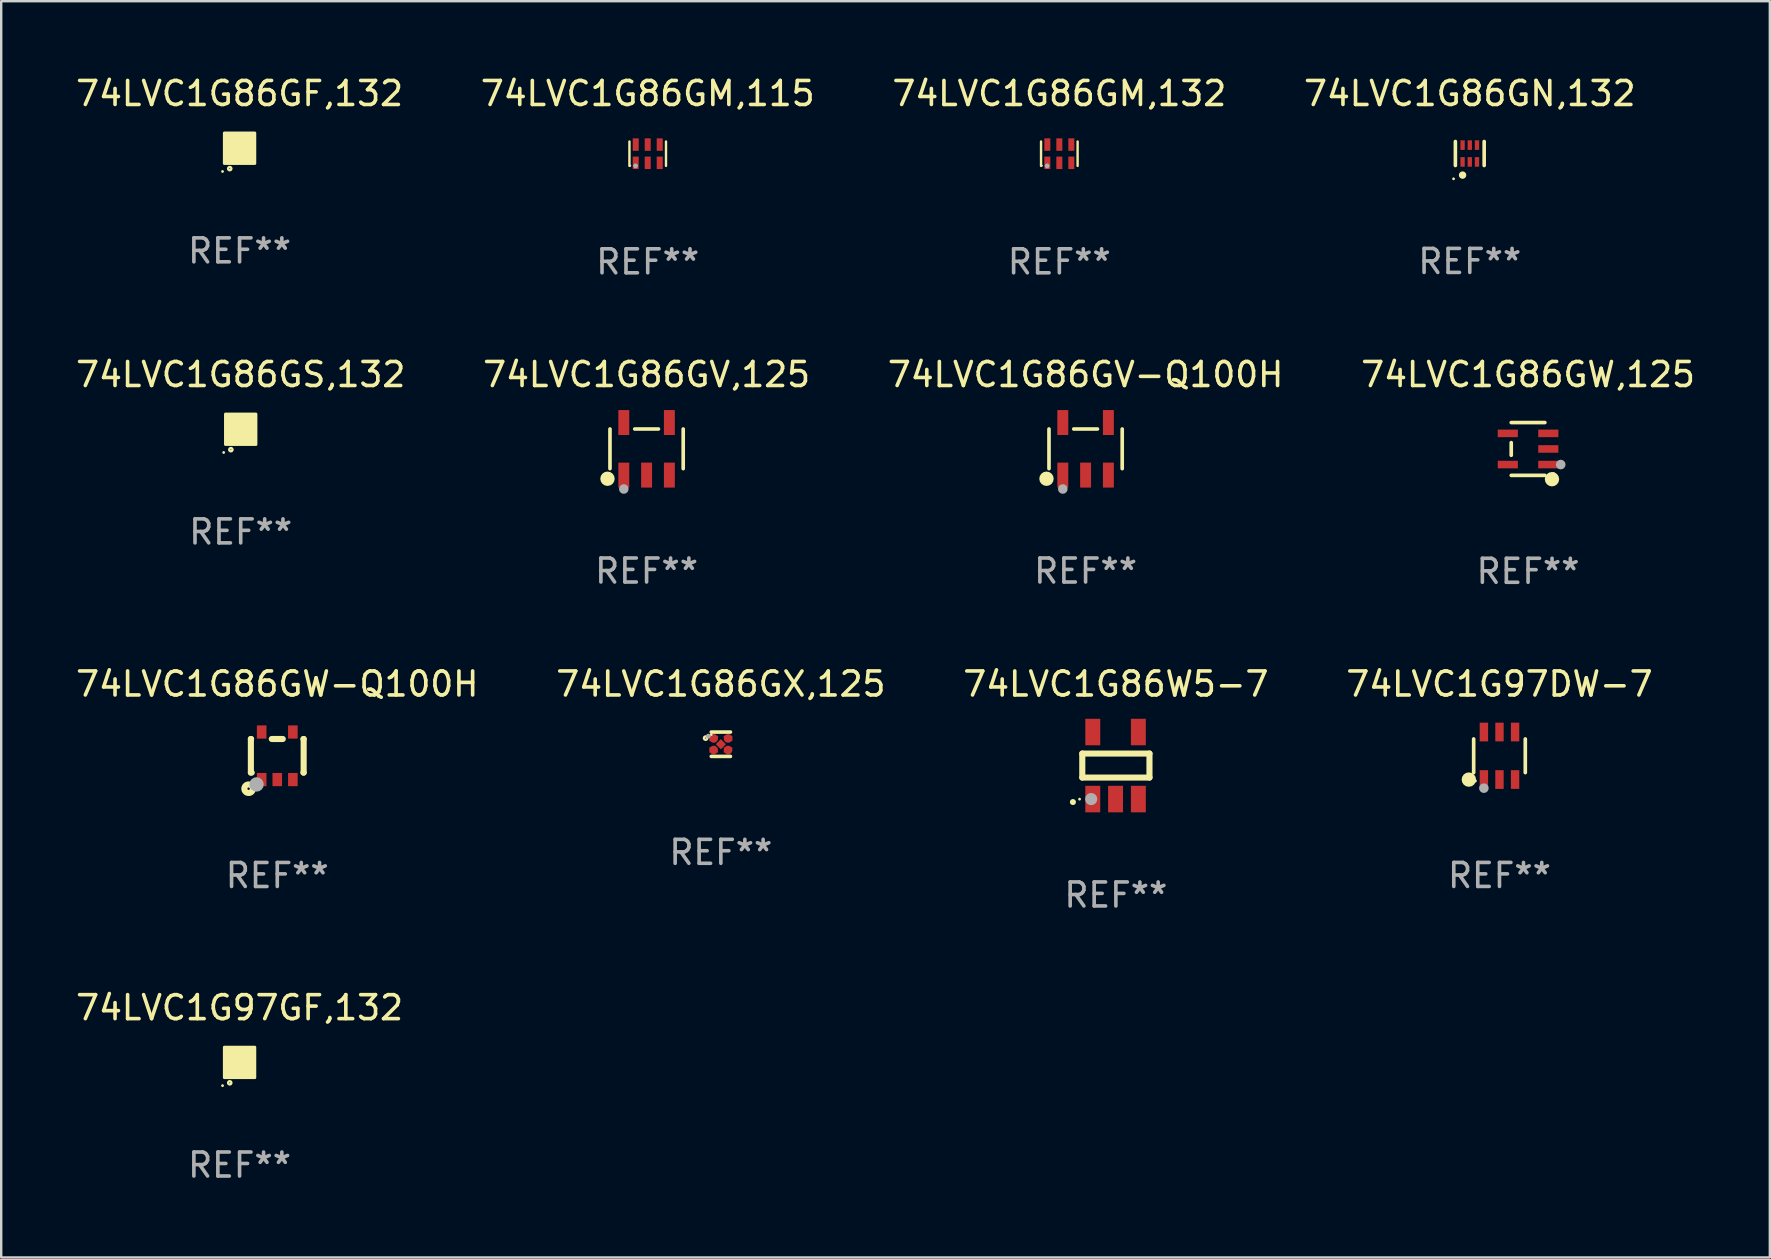
<source format=kicad_pcb>
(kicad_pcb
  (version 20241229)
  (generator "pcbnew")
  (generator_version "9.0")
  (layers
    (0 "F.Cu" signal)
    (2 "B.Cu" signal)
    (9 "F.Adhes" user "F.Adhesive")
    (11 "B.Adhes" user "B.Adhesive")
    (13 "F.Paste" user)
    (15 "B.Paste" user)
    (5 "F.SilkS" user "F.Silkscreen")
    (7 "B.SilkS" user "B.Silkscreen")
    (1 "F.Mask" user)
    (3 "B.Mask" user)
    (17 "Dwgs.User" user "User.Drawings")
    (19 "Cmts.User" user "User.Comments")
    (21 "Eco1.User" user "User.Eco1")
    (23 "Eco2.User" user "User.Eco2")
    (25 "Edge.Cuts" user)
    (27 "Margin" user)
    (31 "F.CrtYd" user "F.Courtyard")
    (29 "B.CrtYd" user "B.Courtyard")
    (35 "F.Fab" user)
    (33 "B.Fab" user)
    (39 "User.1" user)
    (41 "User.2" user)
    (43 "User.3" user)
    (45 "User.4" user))
  (footprint "74LVC1G86GX,125"
    (layer "F.Cu")
    (at 26.994 27.968)
    (property "Reference" "74LVC1G86GX,125" (at 0 -2.508 0) (layer "F.SilkS") (effects (font (size 1 1) (thickness 0.15))))
    (attr through_hole)
    (fp_line (start 0.4 -0.508) (end -0.4 -0.508) (stroke (width 0.15) (type solid)) (layer "F.SilkS"))
    (fp_line (start 0.4 0.508) (end -0.4 0.508) (stroke (width 0.15) (type solid)) (layer "F.SilkS"))
    (fp_circle (center -0.635 -0.254) (end -0.615 -0.254) (stroke (width 0.1) (type solid)) (fill no) (layer "F.SilkS"))
    (fp_circle (center -0.401 -0.4) (end -0.371 -0.4) (stroke (width 0.06) (type solid)) (fill no) (layer "F.SilkS"))
    (fp_circle (center -0.523 -0.337) (end -0.473 -0.337) (stroke (width 0.1) (type solid)) (fill no) (layer "F.Fab"))
    (fp_text user "REF**" (at 0 4.508 0) (layer "F.Fab") (effects (font (size 1 1) (thickness 0.15))))
    (pad "1" smd custom (at -0.3 -0.24) (size 0.36 0.22) (layers "F.Cu" "F.Mask" "F.Paste") (options (anchor circle)) (primitives (gr_poly (pts (xy -0.18 -0.11) (xy -0.18 0.11) (xy 0.000127 0.11) (xy 0.18 -0.03) (xy 0.18 -0.11) (xy -0.18 -0.11)) (width 0) (fill yes))))
    (pad "2" smd custom (at -0.3 0.24) (size 0.36 0.22) (layers "F.Cu" "F.Mask" "F.Paste") (options (anchor circle)) (primitives (gr_poly (pts (xy -0.18 0.11) (xy -0.18 -0.11) (xy 0.000127 -0.11) (xy 0.18 0.03) (xy 0.18 0.11) (xy -0.18 0.11)) (width 0) (fill yes))))
    (pad "3" smd rect (at 0.000102 -0.000127 45) (size 0.3 0.3) (layers "F.Cu" "F.Mask" "F.Paste"))
    (pad "4" smd custom (at 0.3 0.24 180) (size 0.36 0.22) (layers "F.Cu" "F.Mask" "F.Paste") (options (anchor circle)) (primitives (gr_poly (pts (xy 0.18 0.11) (xy 0.18 -0.11) (xy -0.000178 -0.11) (xy -0.18 0.03) (xy -0.18 0.11) (xy 0.18 0.11)) (width 0) (fill yes))))
    (pad "5" smd custom (at 0.3 -0.24) (size 0.36 0.22) (layers "F.Cu" "F.Mask" "F.Paste") (options (anchor circle)) (primitives (gr_poly (pts (xy 0.18 -0.11) (xy 0.18 0.11) (xy -0.000152 0.11) (xy -0.18 -0.03) (xy -0.18 -0.11) (xy 0.18 -0.11)) (width 0) (fill yes)))))
  (footprint "74LVC1G86GN,132"
    (layer "F.Cu")
    (at 58.208 3.348)
    (property "Reference" "74LVC1G86GN,132" (at 0 -2.5 0) (layer "F.SilkS") (effects (font (size 1 1) (thickness 0.15))))
    (attr through_hole)
    (fp_line (start -0.6 -0.5) (end -0.6 0.5) (stroke (width 0.15) (type solid)) (layer "F.SilkS"))
    (fp_line (start 0.6 0.5) (end 0.6 -0.5) (stroke (width 0.15) (type solid)) (layer "F.SilkS"))
    (fp_circle (center -0.675 1.055) (end -0.645 1.055) (stroke (width 0.06) (type solid)) (fill no) (layer "F.SilkS"))
    (fp_circle (center -0.3 0.9) (end -0.22 0.9) (stroke (width 0.15) (type solid)) (fill no) (layer "F.SilkS"))
    (fp_text user "REF**" (at 0 4.5 0) (layer "F.Fab") (effects (font (size 1 1) (thickness 0.15))))
    (pad "1" smd rect (at -0.3 0.35) (size 0.18 0.4) (layers "F.Cu" "F.Mask" "F.Paste"))
    (pad "2" smd rect (at 0.000025 0.35) (size 0.18 0.4) (layers "F.Cu" "F.Mask" "F.Paste"))
    (pad "3" smd rect (at 0.3 0.35) (size 0.18 0.4) (layers "F.Cu" "F.Mask" "F.Paste"))
    (pad "4" smd rect (at 0.3 -0.35) (size 0.18 0.4) (layers "F.Cu" "F.Mask" "F.Paste"))
    (pad "5" smd rect (at 0.000025 -0.35) (size 0.18 0.4) (layers "F.Cu" "F.Mask" "F.Paste"))
    (pad "6" smd rect (at -0.3 -0.35) (size 0.18 0.4) (layers "F.Cu" "F.Mask" "F.Paste")))
  (footprint "74LVC1G86GV-Q100H"
    (layer "F.Cu")
    (at 42.196 15.656)
    (property "Reference" "74LVC1G86GV-Q100H" (at 0 -3.095 0) (layer "F.SilkS") (effects (font (size 1 1) (thickness 0.15))))
    (attr through_hole)
    (fp_line (start -1.526 0.826) (end -1.526 -0.826) (stroke (width 0.152) (type solid)) (layer "F.SilkS"))
    (fp_line (start 0.494 -0.826) (end -0.494 -0.826) (stroke (width 0.152) (type solid)) (layer "F.SilkS"))
    (fp_line (start 1.526 0.826) (end 1.526 -0.826) (stroke (width 0.152) (type solid)) (layer "F.SilkS"))
    (fp_circle (center -1.63 1.247) (end -1.48 1.247) (stroke (width 0.3) (type solid)) (fill no) (layer "F.SilkS"))
    (fp_circle (center -1.45 1.375) (end -1.42 1.375) (stroke (width 0.06) (type solid)) (fill no) (layer "F.SilkS"))
    (fp_circle (center -0.95 1.675) (end -0.85 1.675) (stroke (width 0.2) (type solid)) (fill no) (layer "F.Fab"))
    (fp_text user "REF**" (at 0 5.095 0) (layer "F.Fab") (effects (font (size 1 1) (thickness 0.15))))
    (pad "1" smd rect (at -0.95 1.095) (size 0.455 1.04) (layers "F.Cu" "F.Mask" "F.Paste"))
    (pad "2" smd rect (at 0 1.095) (size 0.455 1.04) (layers "F.Cu" "F.Mask" "F.Paste"))
    (pad "3" smd rect (at 0.95 1.095) (size 0.455 1.04) (layers "F.Cu" "F.Mask" "F.Paste"))
    (pad "4" smd rect (at 0.95 -1.095) (size 0.455 1.04) (layers "F.Cu" "F.Mask" "F.Paste"))
    (pad "5" smd rect (at -0.95 -1.095) (size 0.455 1.04) (layers "F.Cu" "F.Mask" "F.Paste")))
  (footprint "74LVC1G86GS,132"
    (layer "F.Cu")
    (at 6.982 14.841)
    (property "Reference" "74LVC1G86GS,132" (at 0 -2.28 0) (layer "F.SilkS") (effects (font (size 1 1) (thickness 0.15))))
    (attr through_hole)
    (fp_circle (center -0.71 0.968) (end -0.68 0.968) (stroke (width 0.06) (type solid)) (fill no) (layer "F.SilkS"))
    (fp_circle (center -0.41 0.85) (end -0.342 0.85) (stroke (width 0.1) (type solid)) (fill no) (layer "F.SilkS"))
    (fp_poly (pts (xy -0.635 -0.635) (xy 0.635 -0.635) (xy 0.635 0.635) (xy -0.635 0.635)) (stroke (width 0.12) (type solid)) (fill yes) (layer "F.SilkS"))
    (fp_text user "REF**" (at 0 4.28 0) (layer "F.Fab") (effects (font (size 1 1) (thickness 0.15))))
    (pad "1" smd rect (at -0.35 0.28 90) (size 0.35 0.2) (layers "F.Cu" "F.Mask" "F.Paste"))
    (pad "2" smd rect (at 0 0.28 90) (size 0.35 0.2) (layers "F.Cu" "F.Mask" "F.Paste"))
    (pad "3" smd rect (at 0.35 0.28 90) (size 0.35 0.2) (layers "F.Cu" "F.Mask" "F.Paste"))
    (pad "4" smd rect (at 0.35 -0.28 90) (size 0.35 0.2) (layers "F.Cu" "F.Mask" "F.Paste"))
    (pad "5" smd rect (at 0 -0.28 90) (size 0.35 0.2) (layers "F.Cu" "F.Mask" "F.Paste"))
    (pad "6" smd rect (at -0.35 -0.28 90) (size 0.35 0.2) (layers "F.Cu" "F.Mask" "F.Paste")))
  (footprint "74LVC1G86GM,115"
    (layer "F.Cu")
    (at 23.946 3.356)
    (property "Reference" "74LVC1G86GM,115" (at 0 -2.508 0) (layer "F.SilkS") (effects (font (size 1 1) (thickness 0.15))))
    (attr through_hole)
    (fp_line (start -0.762 -0.508) (end -0.762 0.508) (stroke (width 0.1) (type solid)) (layer "F.SilkS"))
    (fp_line (start 0.762 -0.508) (end 0.762 0.508) (stroke (width 0.1) (type solid)) (layer "F.SilkS"))
    (fp_circle (center -0.725 0.5) (end -0.705 0.5) (stroke (width 0.04) (type solid)) (fill no) (layer "F.SilkS"))
    (fp_circle (center -0.508 0.508) (end -0.458 0.508) (stroke (width 0.1) (type solid)) (fill no) (layer "F.Fab"))
    (fp_text user "REF**" (at 0 4.508 0) (layer "F.Fab") (effects (font (size 1 1) (thickness 0.15))))
    (pad "1" smd rect (at -0.5 0.38) (size 0.25 0.52) (layers "F.Cu" "F.Mask" "F.Paste"))
    (pad "2" smd rect (at -0.000127 0.38) (size 0.25 0.52) (layers "F.Cu" "F.Mask" "F.Paste"))
    (pad "3" smd rect (at 0.5 0.38) (size 0.25 0.52) (layers "F.Cu" "F.Mask" "F.Paste"))
    (pad "4" smd rect (at 0.5 -0.38 180) (size 0.25 0.52) (layers "F.Cu" "F.Mask" "F.Paste"))
    (pad "5" smd rect (at -0.000127 -0.38 180) (size 0.25 0.52) (layers "F.Cu" "F.Mask" "F.Paste"))
    (pad "6" smd rect (at -0.5 -0.38 180) (size 0.25 0.52) (layers "F.Cu" "F.Mask" "F.Paste")))
  (footprint "74LVC1G97GF,132"
    (layer "F.Cu")
    (at 6.935 41.23)
    (property "Reference" "74LVC1G97GF,132" (at 0 -2.28 0) (layer "F.SilkS") (effects (font (size 1 1) (thickness 0.15))))
    (attr through_hole)
    (fp_circle (center -0.71 0.968) (end -0.68 0.968) (stroke (width 0.06) (type solid)) (fill no) (layer "F.SilkS"))
    (fp_circle (center -0.41 0.85) (end -0.342 0.85) (stroke (width 0.1) (type solid)) (fill no) (layer "F.SilkS"))
    (fp_poly (pts (xy -0.635 -0.635) (xy 0.635 -0.635) (xy 0.635 0.635) (xy -0.635 0.635)) (stroke (width 0.12) (type solid)) (fill yes) (layer "F.SilkS"))
    (fp_text user "REF**" (at 0 4.28 0) (layer "F.Fab") (effects (font (size 1 1) (thickness 0.15))))
    (pad "1" smd rect (at -0.35 0.28 90) (size 0.35 0.2) (layers "F.Cu" "F.Mask" "F.Paste"))
    (pad "2" smd rect (at 0 0.28 90) (size 0.35 0.2) (layers "F.Cu" "F.Mask" "F.Paste"))
    (pad "3" smd rect (at 0.35 0.28 90) (size 0.35 0.2) (layers "F.Cu" "F.Mask" "F.Paste"))
    (pad "4" smd rect (at 0.35 -0.28 90) (size 0.35 0.2) (layers "F.Cu" "F.Mask" "F.Paste"))
    (pad "5" smd rect (at 0 -0.28 90) (size 0.35 0.2) (layers "F.Cu" "F.Mask" "F.Paste"))
    (pad "6" smd rect (at -0.35 -0.28 90) (size 0.35 0.2) (layers "F.Cu" "F.Mask" "F.Paste")))
  (footprint "74LVC1G86GW,125"
    (layer "F.Cu")
    (at 60.637 15.662)
    (property "Reference" "74LVC1G86GW,125" (at 0 -3.101 0) (layer "F.SilkS") (effects (font (size 1 1) (thickness 0.15))))
    (attr through_hole)
    (fp_line (start -0.701 -0.264) (end -0.701 0.264) (stroke (width 0.152) (type solid)) (layer "F.SilkS"))
    (fp_line (start 0.701 -1.101) (end -0.701 -1.101) (stroke (width 0.152) (type solid)) (layer "F.SilkS"))
    (fp_line (start 0.701 1.101) (end -0.701 1.101) (stroke (width 0.152) (type solid)) (layer "F.SilkS"))
    (fp_circle (center 0.997 1.26) (end 1.147 1.26) (stroke (width 0.3) (type solid)) (fill no) (layer "F.SilkS"))
    (fp_circle (center 1.063 1.025) (end 1.093 1.025) (stroke (width 0.06) (type solid)) (fill no) (layer "F.SilkS"))
    (fp_circle (center 1.362 0.65) (end 1.463 0.65) (stroke (width 0.2) (type solid)) (fill no) (layer "F.Fab"))
    (fp_text user "REF**" (at 0 5.101 0) (layer "F.Fab") (effects (font (size 1 1) (thickness 0.15))))
    (pad "1" smd rect (at 0.844 0.65) (size 0.839 0.315) (layers "F.Cu" "F.Mask" "F.Paste"))
    (pad "2" smd rect (at 0.844 0) (size 0.839 0.315) (layers "F.Cu" "F.Mask" "F.Paste"))
    (pad "3" smd rect (at 0.844 -0.65) (size 0.839 0.315) (layers "F.Cu" "F.Mask" "F.Paste"))
    (pad "4" smd rect (at -0.844 -0.65) (size 0.839 0.315) (layers "F.Cu" "F.Mask" "F.Paste"))
    (pad "5" smd rect (at -0.844 0.65) (size 0.839 0.315) (layers "F.Cu" "F.Mask" "F.Paste")))
  (footprint "74LVC1G86GW-Q100H"
    (layer "F.Cu")
    (at 8.506 28.45)
    (property "Reference" "74LVC1G86GW-Q100H" (at 0 -2.991 0) (layer "F.SilkS") (effects (font (size 1 1) (thickness 0.15))))
    (attr through_hole)
    (fp_line (start -1.1 -0.7) (end -1.1 0.7) (stroke (width 0.254) (type solid)) (layer "F.SilkS"))
    (fp_line (start -1.1 -0.7) (end -1.09 -0.7) (stroke (width 0.254) (type solid)) (layer "F.SilkS"))
    (fp_line (start -1.1 0.7) (end -1.065 0.7) (stroke (width 0.254) (type solid)) (layer "F.SilkS"))
    (fp_line (start -0.23 -0.7) (end 0.23 -0.7) (stroke (width 0.254) (type solid)) (layer "F.SilkS"))
    (fp_line (start 1.09 -0.7) (end 1.1 -0.7) (stroke (width 0.254) (type solid)) (layer "F.SilkS"))
    (fp_line (start 1.09 0.7) (end 1.1 0.7) (stroke (width 0.254) (type solid)) (layer "F.SilkS"))
    (fp_line (start 1.1 -0.7) (end 1.1 0.7) (stroke (width 0.254) (type solid)) (layer "F.SilkS"))
    (fp_circle (center -1.194 1.372) (end -1.143 1.372) (stroke (width 0.254) (type solid)) (fill no) (layer "F.SilkS"))
    (fp_circle (center -1.05 1.063) (end -1.02 1.063) (stroke (width 0.06) (type solid)) (fill no) (layer "F.SilkS"))
    (fp_circle (center -0.864 1.194) (end -0.713 1.194) (stroke (width 0.3) (type solid)) (fill no) (layer "F.Fab"))
    (fp_text user "REF**" (at 0 4.991 0) (layer "F.Fab") (effects (font (size 1 1) (thickness 0.15))))
    (pad "1" smd rect (at -0.65 0.991 180) (size 0.399 0.551) (layers "F.Cu" "F.Mask" "F.Paste"))
    (pad "2" smd rect (at 0 0.991 180) (size 0.399 0.551) (layers "F.Cu" "F.Mask" "F.Paste"))
    (pad "3" smd rect (at 0.65 0.991 180) (size 0.399 0.551) (layers "F.Cu" "F.Mask" "F.Paste"))
    (pad "4" smd rect (at 0.65 -0.991 180) (size 0.399 0.551) (layers "F.Cu" "F.Mask" "F.Paste"))
    (pad "5" smd rect (at -0.65 -0.991 180) (size 0.399 0.551) (layers "F.Cu" "F.Mask" "F.Paste")))
  (footprint "74LVC1G86GV,125"
    (layer "F.Cu")
    (at 23.899 15.656)
    (property "Reference" "74LVC1G86GV,125" (at 0 -3.095 0) (layer "F.SilkS") (effects (font (size 1 1) (thickness 0.15))))
    (attr through_hole)
    (fp_line (start -1.526 0.826) (end -1.526 -0.826) (stroke (width 0.152) (type solid)) (layer "F.SilkS"))
    (fp_line (start 0.494 -0.826) (end -0.494 -0.826) (stroke (width 0.152) (type solid)) (layer "F.SilkS"))
    (fp_line (start 1.526 0.826) (end 1.526 -0.826) (stroke (width 0.152) (type solid)) (layer "F.SilkS"))
    (fp_circle (center -1.63 1.247) (end -1.48 1.247) (stroke (width 0.3) (type solid)) (fill no) (layer "F.SilkS"))
    (fp_circle (center -1.45 1.375) (end -1.42 1.375) (stroke (width 0.06) (type solid)) (fill no) (layer "F.SilkS"))
    (fp_circle (center -0.95 1.675) (end -0.85 1.675) (stroke (width 0.2) (type solid)) (fill no) (layer "F.Fab"))
    (fp_text user "REF**" (at 0 5.095 0) (layer "F.Fab") (effects (font (size 1 1) (thickness 0.15))))
    (pad "1" smd rect (at -0.95 1.095) (size 0.455 1.04) (layers "F.Cu" "F.Mask" "F.Paste"))
    (pad "2" smd rect (at 0 1.095) (size 0.455 1.04) (layers "F.Cu" "F.Mask" "F.Paste"))
    (pad "3" smd rect (at 0.95 1.095) (size 0.455 1.04) (layers "F.Cu" "F.Mask" "F.Paste"))
    (pad "4" smd rect (at 0.95 -1.095) (size 0.455 1.04) (layers "F.Cu" "F.Mask" "F.Paste"))
    (pad "5" smd rect (at -0.95 -1.095) (size 0.455 1.04) (layers "F.Cu" "F.Mask" "F.Paste")))
  (footprint "74LVC1G86GM,132"
    (layer "F.Cu")
    (at 41.101 3.356)
    (property "Reference" "74LVC1G86GM,132" (at 0 -2.508 0) (layer "F.SilkS") (effects (font (size 1 1) (thickness 0.15))))
    (attr through_hole)
    (fp_line (start -0.762 -0.508) (end -0.762 0.508) (stroke (width 0.1) (type solid)) (layer "F.SilkS"))
    (fp_line (start 0.762 -0.508) (end 0.762 0.508) (stroke (width 0.1) (type solid)) (layer "F.SilkS"))
    (fp_circle (center -0.725 0.5) (end -0.705 0.5) (stroke (width 0.04) (type solid)) (fill no) (layer "F.SilkS"))
    (fp_circle (center -0.508 0.508) (end -0.458 0.508) (stroke (width 0.1) (type solid)) (fill no) (layer "F.Fab"))
    (fp_text user "REF**" (at 0 4.508 0) (layer "F.Fab") (effects (font (size 1 1) (thickness 0.15))))
    (pad "1" smd rect (at -0.5 0.38) (size 0.25 0.52) (layers "F.Cu" "F.Mask" "F.Paste"))
    (pad "2" smd rect (at -0.000127 0.38) (size 0.25 0.52) (layers "F.Cu" "F.Mask" "F.Paste"))
    (pad "3" smd rect (at 0.5 0.38) (size 0.25 0.52) (layers "F.Cu" "F.Mask" "F.Paste"))
    (pad "4" smd rect (at 0.5 -0.38 180) (size 0.25 0.52) (layers "F.Cu" "F.Mask" "F.Paste"))
    (pad "5" smd rect (at -0.000127 -0.38 180) (size 0.25 0.52) (layers "F.Cu" "F.Mask" "F.Paste"))
    (pad "6" smd rect (at -0.5 -0.38 180) (size 0.25 0.52) (layers "F.Cu" "F.Mask" "F.Paste")))
  (footprint "74LVC1G86W5-7"
    (layer "F.Cu")
    (at 43.458 28.857)
    (property "Reference" "74LVC1G86W5-7" (at 0 -3.397 0) (layer "F.SilkS") (effects (font (size 1 1) (thickness 0.15))))
    (attr through_hole)
    (fp_line (start -1.4 -0.5) (end 1.4 -0.5) (stroke (width 0.254) (type solid)) (layer "F.SilkS"))
    (fp_line (start -1.4 0.5) (end -1.4 -0.5) (stroke (width 0.254) (type solid)) (layer "F.SilkS"))
    (fp_line (start 1.4 -0.5) (end 1.4 0.5) (stroke (width 0.254) (type solid)) (layer "F.SilkS"))
    (fp_line (start 1.4 0.5) (end -1.4 0.5) (stroke (width 0.254) (type solid)) (layer "F.SilkS"))
    (fp_arc (start -1.791948 1.521463) (mid -1.790678 1.521457) (end -1.789408 1.521463) (stroke (width 0.24892) (type solid)) (layer "F.SilkS"))
    (fp_circle (center -1.513 1.4) (end -1.483 1.4) (stroke (width 0.06) (type solid)) (fill no) (layer "F.SilkS"))
    (fp_circle (center -1.029 1.397) (end -0.902 1.397) (stroke (width 0.254) (type solid)) (fill no) (layer "F.Fab"))
    (fp_text user "REF**" (at 0 5.397 0) (layer "F.Fab") (effects (font (size 1 1) (thickness 0.15))))
    (pad "1" smd rect (at -0.963 1.397) (size 0.622 1.105) (layers "F.Cu" "F.Mask" "F.Paste"))
    (pad "2" smd rect (at -0.013 1.397) (size 0.622 1.105) (layers "F.Cu" "F.Mask" "F.Paste"))
    (pad "3" smd rect (at 0.937 1.397) (size 0.622 1.105) (layers "F.Cu" "F.Mask" "F.Paste"))
    (pad "4" smd rect (at 0.937 -1.397) (size 0.622 1.105) (layers "F.Cu" "F.Mask" "F.Paste"))
    (pad "5" smd rect (at -0.963 -1.397) (size 0.622 1.105) (layers "F.Cu" "F.Mask" "F.Paste")))
  (footprint "74LVC1G86GF,132"
    (layer "F.Cu")
    (at 6.935 3.128)
    (property "Reference" "74LVC1G86GF,132" (at 0 -2.28 0) (layer "F.SilkS") (effects (font (size 1 1) (thickness 0.15))))
    (attr through_hole)
    (fp_circle (center -0.71 0.968) (end -0.68 0.968) (stroke (width 0.06) (type solid)) (fill no) (layer "F.SilkS"))
    (fp_circle (center -0.41 0.85) (end -0.342 0.85) (stroke (width 0.1) (type solid)) (fill no) (layer "F.SilkS"))
    (fp_poly (pts (xy -0.635 -0.635) (xy 0.635 -0.635) (xy 0.635 0.635) (xy -0.635 0.635)) (stroke (width 0.12) (type solid)) (fill yes) (layer "F.SilkS"))
    (fp_text user "REF**" (at 0 4.28 0) (layer "F.Fab") (effects (font (size 1 1) (thickness 0.15))))
    (pad "1" smd rect (at -0.35 0.28 90) (size 0.35 0.2) (layers "F.Cu" "F.Mask" "F.Paste"))
    (pad "2" smd rect (at 0 0.28 90) (size 0.35 0.2) (layers "F.Cu" "F.Mask" "F.Paste"))
    (pad "3" smd rect (at 0.35 0.28 90) (size 0.35 0.2) (layers "F.Cu" "F.Mask" "F.Paste"))
    (pad "4" smd rect (at 0.35 -0.28 90) (size 0.35 0.2) (layers "F.Cu" "F.Mask" "F.Paste"))
    (pad "5" smd rect (at 0 -0.28 90) (size 0.35 0.2) (layers "F.Cu" "F.Mask" "F.Paste"))
    (pad "6" smd rect (at -0.35 -0.28 90) (size 0.35 0.2) (layers "F.Cu" "F.Mask" "F.Paste")))
  (footprint "74LVC1G97DW-7"
    (layer "F.Cu")
    (at 59.446 28.45)
    (property "Reference" "74LVC1G97DW-7" (at 0 -2.99 0) (layer "F.SilkS") (effects (font (size 1 1) (thickness 0.15))))
    (attr through_hole)
    (fp_line (start -1.076 0.701) (end -1.076 -0.701) (stroke (width 0.152) (type solid)) (layer "F.SilkS"))
    (fp_line (start 1.076 0.701) (end 1.076 -0.701) (stroke (width 0.152) (type solid)) (layer "F.SilkS"))
    (fp_circle (center -1.277 0.992) (end -1.127 0.992) (stroke (width 0.3) (type solid)) (fill no) (layer "F.SilkS"))
    (fp_circle (center -1 1.05) (end -0.97 1.05) (stroke (width 0.06) (type solid)) (fill no) (layer "F.SilkS"))
    (fp_circle (center -0.65 1.35) (end -0.55 1.35) (stroke (width 0.2) (type solid)) (fill no) (layer "F.Fab"))
    (fp_text user "REF**" (at 0 4.99 0) (layer "F.Fab") (effects (font (size 1 1) (thickness 0.15))))
    (pad "1" smd rect (at -0.65 0.99) (size 0.35 0.78) (layers "F.Cu" "F.Mask" "F.Paste"))
    (pad "2" smd rect (at 0 0.99) (size 0.35 0.78) (layers "F.Cu" "F.Mask" "F.Paste"))
    (pad "3" smd rect (at 0.65 0.99) (size 0.35 0.78) (layers "F.Cu" "F.Mask" "F.Paste"))
    (pad "4" smd rect (at 0.65 -0.99) (size 0.35 0.78) (layers "F.Cu" "F.Mask" "F.Paste"))
    (pad "5" smd rect (at 0 -0.99) (size 0.35 0.78) (layers "F.Cu" "F.Mask" "F.Paste"))
    (pad "6" smd rect (at -0.65 -0.99) (size 0.35 0.78) (layers "F.Cu" "F.Mask" "F.Paste")))
  (gr_rect
    (start -3 -3)
    (end 70.714 49.358)
    (stroke (width 0.1) (type default))
    (fill no)
    (layer "Edge.Cuts")))
</source>
